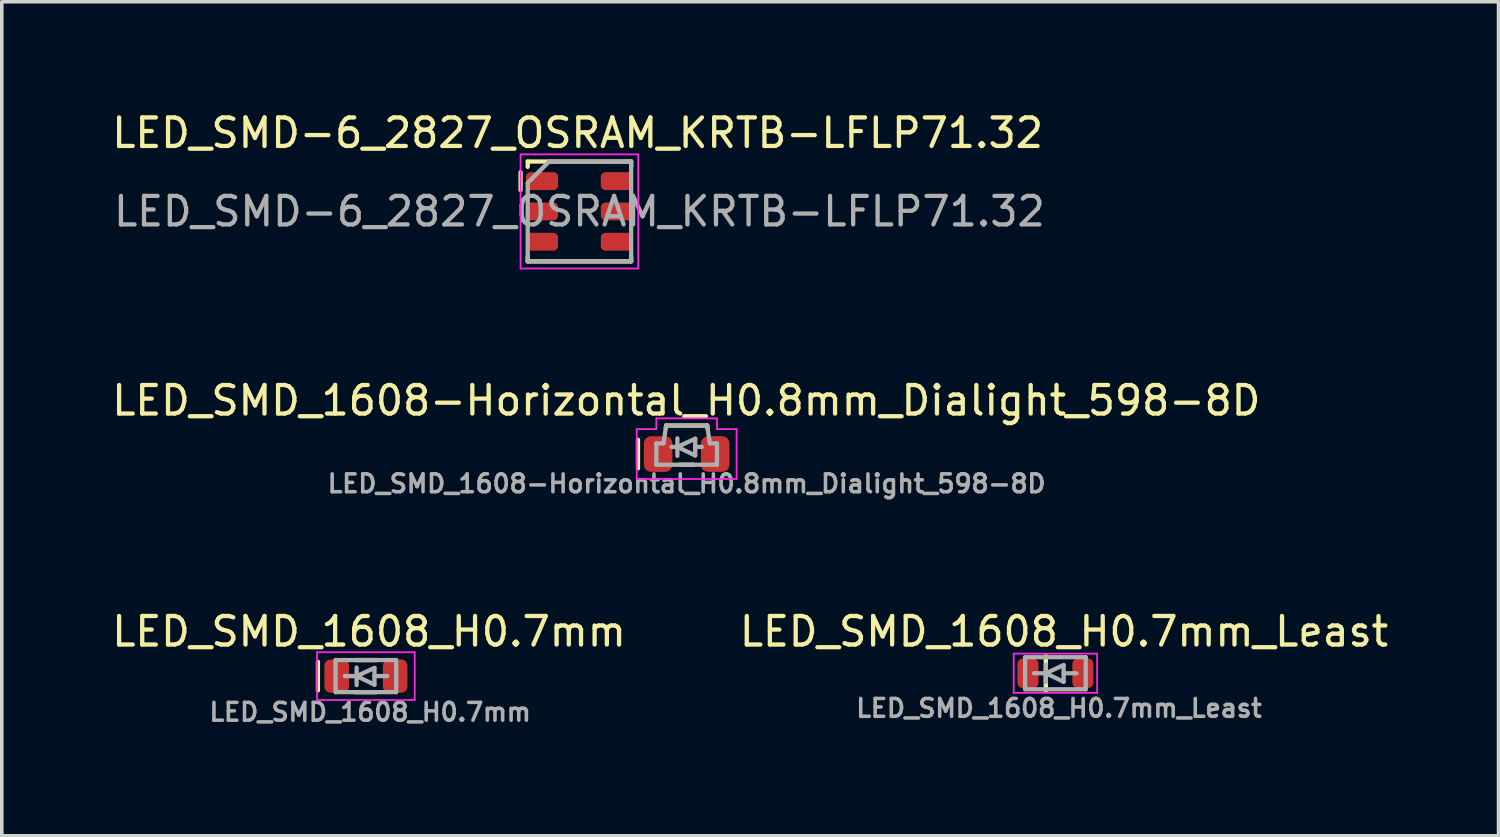
<source format=kicad_pcb>
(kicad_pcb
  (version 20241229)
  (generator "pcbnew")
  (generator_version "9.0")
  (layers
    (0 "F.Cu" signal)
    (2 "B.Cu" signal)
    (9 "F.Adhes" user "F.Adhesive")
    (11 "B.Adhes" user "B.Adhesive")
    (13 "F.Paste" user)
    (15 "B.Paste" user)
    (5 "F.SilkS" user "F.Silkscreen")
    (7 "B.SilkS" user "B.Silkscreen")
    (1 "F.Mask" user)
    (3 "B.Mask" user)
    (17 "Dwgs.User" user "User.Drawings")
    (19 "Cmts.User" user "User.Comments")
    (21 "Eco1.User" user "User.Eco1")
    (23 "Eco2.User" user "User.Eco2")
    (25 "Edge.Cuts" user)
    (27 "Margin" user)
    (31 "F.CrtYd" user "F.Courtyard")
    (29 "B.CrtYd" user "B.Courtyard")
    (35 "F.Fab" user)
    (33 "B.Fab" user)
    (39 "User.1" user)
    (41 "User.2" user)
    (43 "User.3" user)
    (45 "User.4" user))
  (footprint "LED_SMD_1608_H0.7mm_Least"
    (layer "F.Cu")
    (at 26.546 15.829)
    (property "Reference" "LED_SMD_1608_H0.7mm_Least" (at 0.24 -1.17 0) (layer "F.SilkS") (effects (font (size 0.8 0.8) (thickness 0.12))))
    (attr smd)
    (fp_line (start -0.27 -0.48) (end -0.27 0.48) (stroke (width 0.12) (type solid)) (layer "F.SilkS"))
    (fp_line (start -1.17 -0.55) (end 1.17 -0.55) (stroke (width 0.05) (type solid)) (layer "F.CrtYd"))
    (fp_line (start -1.17 0.55) (end -1.17 -0.55) (stroke (width 0.05) (type solid)) (layer "F.CrtYd"))
    (fp_line (start 1.17 -0.55) (end 1.17 0.55) (stroke (width 0.05) (type solid)) (layer "F.CrtYd"))
    (fp_line (start 1.17 0.55) (end -1.17 0.55) (stroke (width 0.05) (type solid)) (layer "F.CrtYd"))
    (fp_line (start -0.85 -0.45) (end 0.85 -0.45) (stroke (width 0.12) (type solid)) (layer "F.Fab"))
    (fp_line (start -0.85 0.45) (end -0.85 -0.45) (stroke (width 0.12) (type solid)) (layer "F.Fab"))
    (fp_line (start -0.27 -0.24) (end -0.27 0.25) (stroke (width 0.12) (type solid)) (layer "F.Fab"))
    (fp_line (start -0.27 0) (end -0.6 0) (stroke (width 0.12) (type solid)) (layer "F.Fab"))
    (fp_line (start -0.27 0) (end 0.23 0.24) (stroke (width 0.12) (type solid)) (layer "F.Fab"))
    (fp_line (start 0.23 -0.23) (end -0.27 0) (stroke (width 0.12) (type solid)) (layer "F.Fab"))
    (fp_line (start 0.23 0) (end 0.59 0) (stroke (width 0.12) (type solid)) (layer "F.Fab"))
    (fp_line (start 0.23 0.24) (end 0.23 -0.23) (stroke (width 0.12) (type solid)) (layer "F.Fab"))
    (fp_line (start 0.85 -0.45) (end 0.85 0.45) (stroke (width 0.12) (type solid)) (layer "F.Fab"))
    (fp_line (start 0.85 0.45) (end -0.85 0.45) (stroke (width 0.12) (type solid)) (layer "F.Fab"))
    (fp_text user "${REFERENCE}" (at 0.1 0.98 0) (layer "F.Fab") (effects (font (size 0.5 0.5) (thickness 0.1))))
    (pad "A" smd roundrect (at 0.77 0) (size 0.59 0.83) (layers "F.Cu" "F.Mask" "F.Paste") (roundrect_rratio 0.254))
    (pad "K" smd roundrect (at -0.77 0) (size 0.59 0.83) (layers "F.Cu" "F.Mask" "F.Paste") (roundrect_rratio 0.254)))
  (footprint "LED_SMD_1608_H0.7mm"
    (layer "F.Cu")
    (at 7.21 15.909)
    (property "Reference" "LED_SMD_1608_H0.7mm" (at 0.09 -1.25 0) (layer "F.SilkS") (effects (font (size 0.8 0.8) (thickness 0.12))))
    (attr smd)
    (fp_line (start -1.345 0.4) (end -1.345 -0.4) (stroke (width 0.12) (type solid)) (layer "F.SilkS"))
    (fp_line (start -0.295 -0.45) (end 0.295 -0.45) (stroke (width 0.12) (type solid)) (layer "F.SilkS"))
    (fp_line (start -0.295 0.45) (end 0.295 0.45) (stroke (width 0.12) (type solid)) (layer "F.SilkS"))
    (fp_line (start -1.37 -0.67) (end 1.37 -0.67) (stroke (width 0.05) (type solid)) (layer "F.CrtYd"))
    (fp_line (start -1.37 0.67) (end -1.37 -0.67) (stroke (width 0.05) (type solid)) (layer "F.CrtYd"))
    (fp_line (start 1.37 -0.67) (end 1.37 0.67) (stroke (width 0.05) (type solid)) (layer "F.CrtYd"))
    (fp_line (start 1.37 0.67) (end -1.37 0.67) (stroke (width 0.05) (type solid)) (layer "F.CrtYd"))
    (fp_line (start -0.85 -0.45) (end 0.85 -0.45) (stroke (width 0.12) (type solid)) (layer "F.Fab"))
    (fp_line (start -0.85 0.45) (end -0.85 -0.45) (stroke (width 0.12) (type solid)) (layer "F.Fab"))
    (fp_line (start -0.26 -0.24) (end -0.26 0.25) (stroke (width 0.12) (type solid)) (layer "F.Fab"))
    (fp_line (start -0.26 0) (end -0.59 0) (stroke (width 0.12) (type solid)) (layer "F.Fab"))
    (fp_line (start -0.26 0) (end 0.24 0.24) (stroke (width 0.12) (type solid)) (layer "F.Fab"))
    (fp_line (start 0.24 -0.23) (end -0.26 0) (stroke (width 0.12) (type solid)) (layer "F.Fab"))
    (fp_line (start 0.24 0) (end 0.6 0) (stroke (width 0.12) (type solid)) (layer "F.Fab"))
    (fp_line (start 0.24 0.24) (end 0.24 -0.23) (stroke (width 0.12) (type solid)) (layer "F.Fab"))
    (fp_line (start 0.85 -0.45) (end 0.85 0.45) (stroke (width 0.12) (type solid)) (layer "F.Fab"))
    (fp_line (start 0.85 0.45) (end -0.85 0.45) (stroke (width 0.12) (type solid)) (layer "F.Fab"))
    (fp_text user "${REFERENCE}" (at 0.12 1.01 0) (layer "F.Fab") (effects (font (size 0.5 0.5) (thickness 0.1))))
    (pad "A" smd roundrect (at 0.82 0) (size 0.69 0.93) (layers "F.Cu" "F.Mask" "F.Paste") (roundrect_rratio 0.246))
    (pad "K" smd roundrect (at -0.82 0) (size 0.69 0.93) (layers "F.Cu" "F.Mask" "F.Paste") (roundrect_rratio 0.246)))
  (footprint "LED_SMD-6_2827_OSRAM_KRTB-LFLP71.32"
    (layer "F.Cu")
    (at 13.198 2.879)
    (property "Reference" "LED_SMD-6_2827_OSRAM_KRTB-LFLP71.32" (at -0.05 -2.2 0) (layer "F.SilkS") (effects (font (size 0.8 0.8) (thickness 0.12))))
    (attr smd)
    (fp_line (start -1.65 -0.6) (end -1.65 -1.1) (stroke (width 0.12) (type solid)) (layer "F.SilkS"))
    (fp_line (start -1.45 -1.4) (end 1.45 -1.4) (stroke (width 0.12) (type solid)) (layer "F.SilkS"))
    (fp_line (start -1.45 -1.25) (end -1.45 -1.4) (stroke (width 0.12) (type solid)) (layer "F.SilkS"))
    (fp_line (start -1.45 1.4) (end -1.45 1.25) (stroke (width 0.12) (type solid)) (layer "F.SilkS"))
    (fp_line (start 1.45 -1.4) (end 1.45 -1.25) (stroke (width 0.12) (type solid)) (layer "F.SilkS"))
    (fp_line (start 1.45 1.25) (end 1.45 1.4) (stroke (width 0.12) (type solid)) (layer "F.SilkS"))
    (fp_line (start 1.45 1.4) (end -1.45 1.4) (stroke (width 0.12) (type solid)) (layer "F.SilkS"))
    (fp_line (start -1.65 -1.6) (end -1.65 1.6) (stroke (width 0.05) (type solid)) (layer "F.CrtYd"))
    (fp_line (start -1.65 1.6) (end 1.65 1.6) (stroke (width 0.05) (type solid)) (layer "F.CrtYd"))
    (fp_line (start 1.65 -1.6) (end -1.65 -1.6) (stroke (width 0.05) (type solid)) (layer "F.CrtYd"))
    (fp_line (start 1.65 1.6) (end 1.65 -1.6) (stroke (width 0.05) (type solid)) (layer "F.CrtYd"))
    (fp_line (start -1.45 -0.8) (end -0.85 -1.4) (stroke (width 0.12) (type solid)) (layer "F.Fab"))
    (fp_line (start -1.45 1.4) (end -1.45 -0.8) (stroke (width 0.12) (type solid)) (layer "F.Fab"))
    (fp_line (start -0.85 -1.4) (end 1.45 -1.4) (stroke (width 0.12) (type solid)) (layer "F.Fab"))
    (fp_line (start 1.45 -1.4) (end 1.45 1.4) (stroke (width 0.12) (type solid)) (layer "F.Fab"))
    (fp_line (start 1.45 1.4) (end -1.45 1.4) (stroke (width 0.12) (type solid)) (layer "F.Fab"))
    (fp_text user "${REFERENCE}" (at 0 0 0) (layer "F.Fab") (effects (font (size 0.8 0.8) (thickness 0.12))))
    (pad "1" smd roundrect (at -1.05 -0.85) (size 0.9 0.5) (layers "F.Cu" "F.Mask" "F.Paste") (roundrect_rratio 0.25))
    (pad "2" smd roundrect (at -1.05 0) (size 0.9 0.5) (layers "F.Cu" "F.Mask" "F.Paste") (roundrect_rratio 0.25))
    (pad "3" smd roundrect (at -1.05 0.85) (size 0.9 0.5) (layers "F.Cu" "F.Mask" "F.Paste") (roundrect_rratio 0.25))
    (pad "4" smd roundrect (at 1.05 0.85) (size 0.9 0.5) (layers "F.Cu" "F.Mask" "F.Paste") (roundrect_rratio 0.25))
    (pad "5" smd roundrect (at 1.05 0) (size 0.9 0.5) (layers "F.Cu" "F.Mask" "F.Paste") (roundrect_rratio 0.25))
    (pad "6" smd roundrect (at 1.05 -0.85) (size 0.9 0.5) (layers "F.Cu" "F.Mask" "F.Paste") (roundrect_rratio 0.25)))
  (footprint "LED_SMD_1608-Horizontal_H0.8mm_Dialight_598-8D"
    (layer "F.Cu")
    (at 16.205 9.682)
    (property "Reference" "LED_SMD_1608-Horizontal_H0.8mm_Dialight_598-8D" (at -0.01 -1.5 0) (layer "F.SilkS") (effects (font (size 0.8 0.8) (thickness 0.12))))
    (attr smd)
    (fp_line (start -1.365 0.4) (end -1.365 -0.4) (stroke (width 0.12) (type solid)) (layer "F.SilkS"))
    (fp_line (start -0.575 -0.8) (end -0.585 -0.72) (stroke (width 0.12) (type solid)) (layer "F.SilkS"))
    (fp_line (start -0.575 -0.8) (end 0.575 -0.8) (stroke (width 0.12) (type solid)) (layer "F.SilkS"))
    (fp_line (start 0.2 0.3) (end -0.2 0.3) (stroke (width 0.12) (type solid)) (layer "F.SilkS"))
    (fp_line (start 0.575 -0.8) (end 0.585 -0.72) (stroke (width 0.12) (type solid)) (layer "F.SilkS"))
    (fp_line (start -1.4 -0.7) (end -0.85 -0.7) (stroke (width 0.05) (type solid)) (layer "F.CrtYd"))
    (fp_line (start -1.4 0.7) (end -1.4 -0.7) (stroke (width 0.05) (type solid)) (layer "F.CrtYd"))
    (fp_line (start -0.85 -1) (end 0.85 -1) (stroke (width 0.05) (type solid)) (layer "F.CrtYd"))
    (fp_line (start -0.85 -0.7) (end -0.85 -1) (stroke (width 0.05) (type solid)) (layer "F.CrtYd"))
    (fp_line (start 0.85 -0.7) (end 0.85 -1) (stroke (width 0.05) (type solid)) (layer "F.CrtYd"))
    (fp_line (start 1.4 -0.7) (end 0.85 -0.7) (stroke (width 0.05) (type solid)) (layer "F.CrtYd"))
    (fp_line (start 1.4 -0.7) (end 1.4 0.7) (stroke (width 0.05) (type solid)) (layer "F.CrtYd"))
    (fp_line (start 1.4 0.7) (end -1.4 0.7) (stroke (width 0.05) (type solid)) (layer "F.CrtYd"))
    (fp_line (start -0.85 -0.3) (end -0.65 -0.3) (stroke (width 0.12) (type solid)) (layer "F.Fab"))
    (fp_line (start -0.85 0.3) (end -0.85 -0.3) (stroke (width 0.12) (type solid)) (layer "F.Fab"))
    (fp_line (start -0.65 -0.3) (end -0.575 -0.8) (stroke (width 0.12) (type solid)) (layer "F.Fab"))
    (fp_line (start -0.575 -0.8) (end 0.575 -0.8) (stroke (width 0.12) (type solid)) (layer "F.Fab"))
    (fp_line (start -0.26 -0.44) (end -0.26 0.05) (stroke (width 0.12) (type solid)) (layer "F.Fab"))
    (fp_line (start -0.26 -0.2) (end -0.425 -0.2) (stroke (width 0.12) (type solid)) (layer "F.Fab"))
    (fp_line (start -0.26 -0.2) (end 0.24 0.04) (stroke (width 0.12) (type solid)) (layer "F.Fab"))
    (fp_line (start 0.24 -0.43) (end -0.26 -0.2) (stroke (width 0.12) (type solid)) (layer "F.Fab"))
    (fp_line (start 0.24 -0.2) (end 0.425 -0.2) (stroke (width 0.12) (type solid)) (layer "F.Fab"))
    (fp_line (start 0.24 0.04) (end 0.24 -0.43) (stroke (width 0.12) (type solid)) (layer "F.Fab"))
    (fp_line (start 0.65 -0.3) (end 0.575 -0.8) (stroke (width 0.12) (type solid)) (layer "F.Fab"))
    (fp_line (start 0.65 -0.3) (end 0.85 -0.3) (stroke (width 0.12) (type solid)) (layer "F.Fab"))
    (fp_line (start 0.85 -0.3) (end 0.85 0.3) (stroke (width 0.12) (type solid)) (layer "F.Fab"))
    (fp_line (start 0.85 0.3) (end -0.85 0.3) (stroke (width 0.12) (type solid)) (layer "F.Fab"))
    (fp_text user "${REFERENCE}" (at 0 0.83 0) (layer "F.Fab") (effects (font (size 0.5 0.5) (thickness 0.1))))
    (pad "A" smd roundrect (at 0.8 0) (size 0.8 1) (layers "F.Cu" "F.Mask" "F.Paste") (roundrect_rratio 0.25))
    (pad "K" smd roundrect (at -0.8 0) (size 0.8 1) (layers "F.Cu" "F.Mask" "F.Paste") (roundrect_rratio 0.25)))
  (gr_rect
    (start -3 -3)
    (end 38.971 20.387)
    (stroke (width 0.1) (type default))
    (fill no)
    (layer "Edge.Cuts")))
</source>
